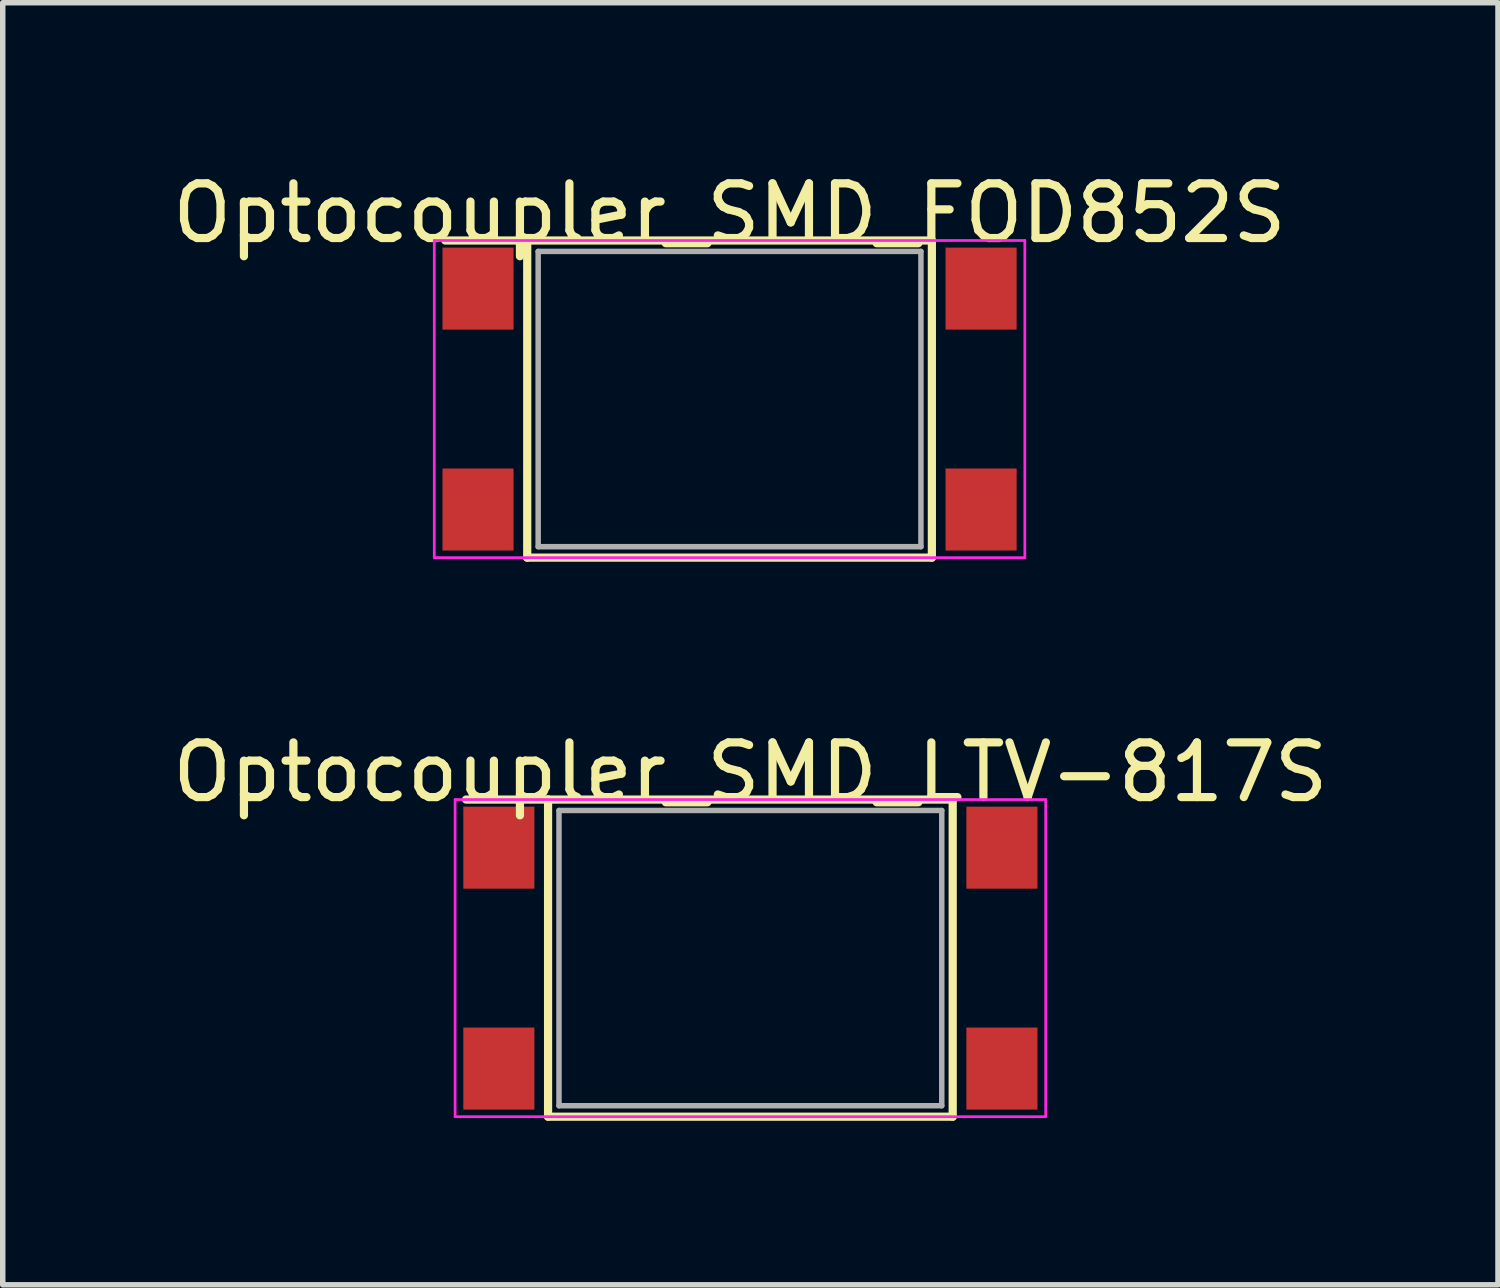
<source format=kicad_pcb>
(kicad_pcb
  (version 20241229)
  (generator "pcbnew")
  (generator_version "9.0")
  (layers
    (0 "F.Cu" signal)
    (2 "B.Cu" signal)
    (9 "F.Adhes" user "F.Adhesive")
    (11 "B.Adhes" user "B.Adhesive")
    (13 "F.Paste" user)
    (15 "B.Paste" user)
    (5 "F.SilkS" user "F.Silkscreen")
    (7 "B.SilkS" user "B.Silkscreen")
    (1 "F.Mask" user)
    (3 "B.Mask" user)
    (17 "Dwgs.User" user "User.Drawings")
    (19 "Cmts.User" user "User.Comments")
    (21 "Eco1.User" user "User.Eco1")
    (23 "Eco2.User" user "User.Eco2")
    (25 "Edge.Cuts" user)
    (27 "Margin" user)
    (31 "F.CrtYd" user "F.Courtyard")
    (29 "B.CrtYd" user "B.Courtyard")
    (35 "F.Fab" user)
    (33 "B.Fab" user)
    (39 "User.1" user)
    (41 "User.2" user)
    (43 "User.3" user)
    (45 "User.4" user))
  (footprint "Optocoupler_SMD_LTV-817S"
    (layer "F.Cu")
    (at 10.673 14.472)
    (property "Reference" "Optocoupler_SMD_LTV-817S" (at 0 -3.4 0) (layer "F.SilkS") (effects (font (size 1 1) (thickness 0.15))))
    (attr smd)
    (fp_line (start -3.7 -2.9) (end -5.2 -2.9) (stroke (width 0.15) (type solid)) (layer "F.SilkS"))
    (fp_line (start -3.7 2.9) (end -3.7 -2.9) (stroke (width 0.15) (type solid)) (layer "F.SilkS"))
    (fp_line (start 3.7 -2.9) (end -3.7 -2.9) (stroke (width 0.15) (type solid)) (layer "F.SilkS"))
    (fp_line (start 3.7 -2.9) (end 3.7 2.9) (stroke (width 0.15) (type solid)) (layer "F.SilkS"))
    (fp_line (start 3.7 2.9) (end -3.7 2.9) (stroke (width 0.15) (type solid)) (layer "F.SilkS"))
    (fp_line (start -5.4 -2.9) (end -5.4 2.9) (stroke (width 0.05) (type solid)) (layer "F.CrtYd"))
    (fp_line (start -5.4 2.9) (end 5.4 2.9) (stroke (width 0.05) (type solid)) (layer "F.CrtYd"))
    (fp_line (start 5.4 -2.9) (end -5.4 -2.9) (stroke (width 0.05) (type solid)) (layer "F.CrtYd"))
    (fp_line (start 5.4 2.9) (end 5.4 -2.9) (stroke (width 0.05) (type solid)) (layer "F.CrtYd"))
    (fp_line (start -3.5 -2.7) (end 3.5 -2.7) (stroke (width 0.1) (type solid)) (layer "F.Fab"))
    (fp_line (start -3.5 2.7) (end -3.5 -2.7) (stroke (width 0.1) (type solid)) (layer "F.Fab"))
    (fp_line (start 3.5 -2.7) (end 3.5 2.7) (stroke (width 0.1) (type solid)) (layer "F.Fab"))
    (fp_line (start 3.5 2.7) (end -3.5 2.7) (stroke (width 0.1) (type solid)) (layer "F.Fab"))
    (pad "1" smd rect (at -4.6 -2.02) (size 1.3 1.5) (layers "F.Cu" "F.Mask" "F.Paste"))
    (pad "2" smd rect (at -4.6 2.02) (size 1.3 1.5) (layers "F.Cu" "F.Mask" "F.Paste"))
    (pad "3" smd rect (at 4.6 2.02) (size 1.3 1.5) (layers "F.Cu" "F.Mask" "F.Paste"))
    (pad "4" smd rect (at 4.6 -2.02) (size 1.3 1.5) (layers "F.Cu" "F.Mask" "F.Paste")))
  (footprint "Optocoupler_SMD_FOD852S"
    (layer "F.Cu")
    (at 10.292 4.248)
    (property "Reference" "Optocoupler_SMD_FOD852S" (at 0 -3.4 0) (layer "F.SilkS") (effects (font (size 1 1) (thickness 0.15))))
    (attr smd)
    (fp_line (start -3.7 -2.9) (end -5.2 -2.9) (stroke (width 0.15) (type solid)) (layer "F.SilkS"))
    (fp_line (start -3.7 2.9) (end -3.7 -2.9) (stroke (width 0.15) (type solid)) (layer "F.SilkS"))
    (fp_line (start 3.7 -2.9) (end -3.7 -2.9) (stroke (width 0.15) (type solid)) (layer "F.SilkS"))
    (fp_line (start 3.7 -2.9) (end 3.7 2.9) (stroke (width 0.15) (type solid)) (layer "F.SilkS"))
    (fp_line (start 3.7 2.9) (end -3.7 2.9) (stroke (width 0.15) (type solid)) (layer "F.SilkS"))
    (fp_line (start -5.4 -2.9) (end -5.4 2.9) (stroke (width 0.05) (type solid)) (layer "F.CrtYd"))
    (fp_line (start -5.4 2.9) (end 5.4 2.9) (stroke (width 0.05) (type solid)) (layer "F.CrtYd"))
    (fp_line (start 5.4 -2.9) (end -5.4 -2.9) (stroke (width 0.05) (type solid)) (layer "F.CrtYd"))
    (fp_line (start 5.4 2.9) (end 5.4 -2.9) (stroke (width 0.05) (type solid)) (layer "F.CrtYd"))
    (fp_line (start -3.5 -2.7) (end 3.5 -2.7) (stroke (width 0.1) (type solid)) (layer "F.Fab"))
    (fp_line (start -3.5 2.7) (end -3.5 -2.7) (stroke (width 0.1) (type solid)) (layer "F.Fab"))
    (fp_line (start 3.5 -2.7) (end 3.5 2.7) (stroke (width 0.1) (type solid)) (layer "F.Fab"))
    (fp_line (start 3.5 2.7) (end -3.5 2.7) (stroke (width 0.1) (type solid)) (layer "F.Fab"))
    (pad "1" smd rect (at -4.6 -2.02) (size 1.3 1.5) (layers "F.Cu" "F.Mask" "F.Paste"))
    (pad "2" smd rect (at -4.6 2.02) (size 1.3 1.5) (layers "F.Cu" "F.Mask" "F.Paste"))
    (pad "3" smd rect (at 4.6 2.02) (size 1.3 1.5) (layers "F.Cu" "F.Mask" "F.Paste"))
    (pad "4" smd rect (at 4.6 -2.02) (size 1.3 1.5) (layers "F.Cu" "F.Mask" "F.Paste")))
  (gr_rect
    (start -3 -3)
    (end 24.345 20.447)
    (stroke (width 0.1) (type default))
    (fill no)
    (layer "Edge.Cuts")))
</source>
